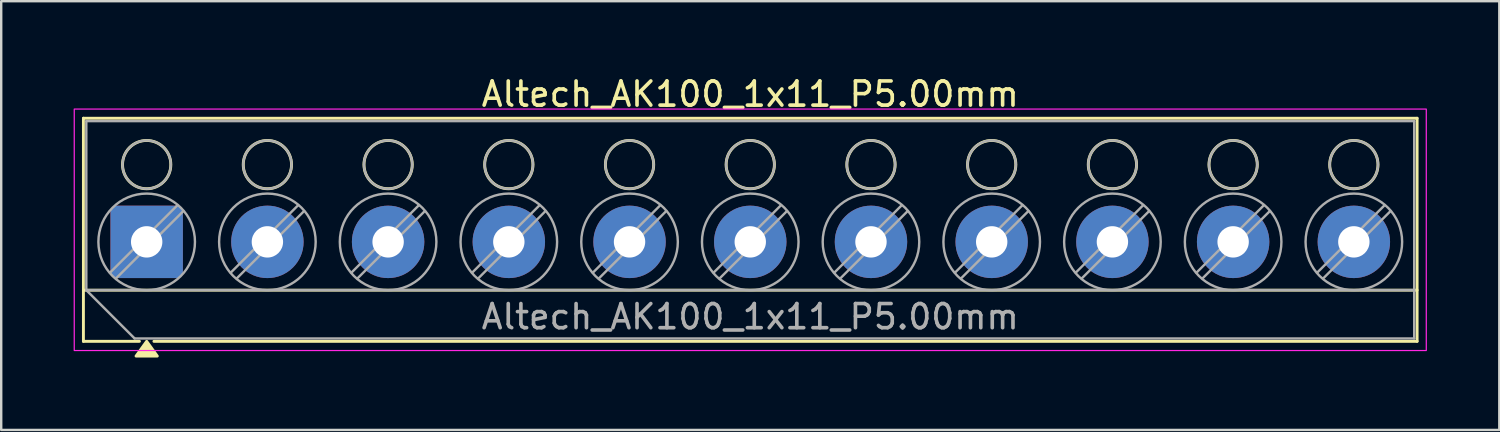
<source format=kicad_pcb>
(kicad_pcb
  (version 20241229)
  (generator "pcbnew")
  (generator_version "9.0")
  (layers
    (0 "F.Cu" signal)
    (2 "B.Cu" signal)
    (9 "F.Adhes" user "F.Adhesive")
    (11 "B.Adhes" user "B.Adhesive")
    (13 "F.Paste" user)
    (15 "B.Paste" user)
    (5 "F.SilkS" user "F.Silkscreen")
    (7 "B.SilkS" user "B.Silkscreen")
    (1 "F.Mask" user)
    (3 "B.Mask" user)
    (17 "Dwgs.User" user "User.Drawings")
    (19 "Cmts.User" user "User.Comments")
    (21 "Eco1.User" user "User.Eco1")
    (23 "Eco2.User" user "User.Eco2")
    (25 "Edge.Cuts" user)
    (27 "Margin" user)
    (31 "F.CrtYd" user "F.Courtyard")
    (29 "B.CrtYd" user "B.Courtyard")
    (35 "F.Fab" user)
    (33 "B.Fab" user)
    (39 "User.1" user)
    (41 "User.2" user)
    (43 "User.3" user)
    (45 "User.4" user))
  (footprint "Altech_AK100_1x11_P5.00mm"
    (layer "F.Cu")
    (at 3.025 6.968)
    (property "Reference" "Altech_AK100_1x11_P5.00mm" (at 25 -6.12 0) (layer "F.SilkS") (effects (font (size 1 1) (thickness 0.15))))
    (attr through_hole)
    (fp_line (start -2.62 -5.12) (end 52.62 -5.12) (stroke (width 0.12) (type solid)) (layer "F.SilkS"))
    (fp_line (start -2.62 2) (end 52.62 2) (stroke (width 0.12) (type solid)) (layer "F.SilkS"))
    (fp_line (start -2.62 4.12) (end -2.62 -5.12) (stroke (width 0.12) (type solid)) (layer "F.SilkS"))
    (fp_line (start -0.3 4.12) (end -2.62 4.12) (stroke (width 0.12) (type solid)) (layer "F.SilkS"))
    (fp_line (start 52.62 -5.12) (end 52.62 4.12) (stroke (width 0.12) (type solid)) (layer "F.SilkS"))
    (fp_line (start 52.62 4.12) (end 0.3 4.12) (stroke (width 0.12) (type solid)) (layer "F.SilkS"))
    (fp_circle (center 0 -3.2) (end 1 -3.2) (stroke (width 0.12) (type solid)) (fill no) (layer "F.SilkS"))
    (fp_circle (center 5 -3.2) (end 6 -3.2) (stroke (width 0.12) (type solid)) (fill no) (layer "F.SilkS"))
    (fp_circle (center 10 -3.2) (end 11 -3.2) (stroke (width 0.12) (type solid)) (fill no) (layer "F.SilkS"))
    (fp_circle (center 15 -3.2) (end 16 -3.2) (stroke (width 0.12) (type solid)) (fill no) (layer "F.SilkS"))
    (fp_circle (center 20 -3.2) (end 21 -3.2) (stroke (width 0.12) (type solid)) (fill no) (layer "F.SilkS"))
    (fp_circle (center 25 -3.2) (end 26 -3.2) (stroke (width 0.12) (type solid)) (fill no) (layer "F.SilkS"))
    (fp_circle (center 30 -3.2) (end 31 -3.2) (stroke (width 0.12) (type solid)) (fill no) (layer "F.SilkS"))
    (fp_circle (center 35 -3.2) (end 36 -3.2) (stroke (width 0.12) (type solid)) (fill no) (layer "F.SilkS"))
    (fp_circle (center 40 -3.2) (end 41 -3.2) (stroke (width 0.12) (type solid)) (fill no) (layer "F.SilkS"))
    (fp_circle (center 45 -3.2) (end 46 -3.2) (stroke (width 0.12) (type solid)) (fill no) (layer "F.SilkS"))
    (fp_circle (center 50 -3.2) (end 51 -3.2) (stroke (width 0.12) (type solid)) (fill no) (layer "F.SilkS"))
    (fp_poly (pts (xy 0 4.12) (xy 0.44 4.73) (xy -0.44 4.73)) (stroke (width 0.12) (type solid)) (fill yes) (layer "F.SilkS"))
    (fp_rect (start -3 -5.5) (end 53 4.5) (stroke (width 0.05) (type solid)) (fill no) (layer "F.CrtYd"))
    (fp_line (start -2.5 -5) (end 52.5 -5) (stroke (width 0.1) (type solid)) (layer "F.Fab"))
    (fp_line (start -2.5 2) (end -2.5 -5) (stroke (width 0.1) (type solid)) (layer "F.Fab"))
    (fp_line (start -2.5 2) (end 52.5 2) (stroke (width 0.1) (type solid)) (layer "F.Fab"))
    (fp_line (start -0.5 4) (end -2.5 2) (stroke (width 0.1) (type solid)) (layer "F.Fab"))
    (fp_line (start 1.273 -1.517) (end -1.517 1.273) (stroke (width 0.1) (type solid)) (layer "F.Fab"))
    (fp_line (start 1.517 -1.273) (end -1.273 1.517) (stroke (width 0.1) (type solid)) (layer "F.Fab"))
    (fp_line (start 6.273 -1.517) (end 3.483 1.273) (stroke (width 0.1) (type solid)) (layer "F.Fab"))
    (fp_line (start 6.517 -1.273) (end 3.727 1.517) (stroke (width 0.1) (type solid)) (layer "F.Fab"))
    (fp_line (start 11.273 -1.517) (end 8.483 1.273) (stroke (width 0.1) (type solid)) (layer "F.Fab"))
    (fp_line (start 11.517 -1.273) (end 8.727 1.517) (stroke (width 0.1) (type solid)) (layer "F.Fab"))
    (fp_line (start 16.273 -1.517) (end 13.483 1.273) (stroke (width 0.1) (type solid)) (layer "F.Fab"))
    (fp_line (start 16.517 -1.273) (end 13.727 1.517) (stroke (width 0.1) (type solid)) (layer "F.Fab"))
    (fp_line (start 21.273 -1.517) (end 18.483 1.273) (stroke (width 0.1) (type solid)) (layer "F.Fab"))
    (fp_line (start 21.517 -1.273) (end 18.727 1.517) (stroke (width 0.1) (type solid)) (layer "F.Fab"))
    (fp_line (start 26.273 -1.517) (end 23.483 1.273) (stroke (width 0.1) (type solid)) (layer "F.Fab"))
    (fp_line (start 26.517 -1.273) (end 23.727 1.517) (stroke (width 0.1) (type solid)) (layer "F.Fab"))
    (fp_line (start 31.273 -1.517) (end 28.483 1.273) (stroke (width 0.1) (type solid)) (layer "F.Fab"))
    (fp_line (start 31.517 -1.273) (end 28.727 1.517) (stroke (width 0.1) (type solid)) (layer "F.Fab"))
    (fp_line (start 36.273 -1.517) (end 33.483 1.273) (stroke (width 0.1) (type solid)) (layer "F.Fab"))
    (fp_line (start 36.517 -1.273) (end 33.727 1.517) (stroke (width 0.1) (type solid)) (layer "F.Fab"))
    (fp_line (start 41.273 -1.517) (end 38.483 1.273) (stroke (width 0.1) (type solid)) (layer "F.Fab"))
    (fp_line (start 41.517 -1.273) (end 38.727 1.517) (stroke (width 0.1) (type solid)) (layer "F.Fab"))
    (fp_line (start 46.273 -1.517) (end 43.483 1.273) (stroke (width 0.1) (type solid)) (layer "F.Fab"))
    (fp_line (start 46.517 -1.273) (end 43.727 1.517) (stroke (width 0.1) (type solid)) (layer "F.Fab"))
    (fp_line (start 51.273 -1.517) (end 48.483 1.273) (stroke (width 0.1) (type solid)) (layer "F.Fab"))
    (fp_line (start 51.517 -1.273) (end 48.727 1.517) (stroke (width 0.1) (type solid)) (layer "F.Fab"))
    (fp_line (start 52.5 -5) (end 52.5 4) (stroke (width 0.1) (type solid)) (layer "F.Fab"))
    (fp_line (start 52.5 4) (end -0.5 4) (stroke (width 0.1) (type solid)) (layer "F.Fab"))
    (fp_circle (center 0 -3.2) (end 1 -3.2) (stroke (width 0.1) (type solid)) (fill no) (layer "F.Fab"))
    (fp_circle (center 0 0) (end 2 0) (stroke (width 0.1) (type solid)) (fill no) (layer "F.Fab"))
    (fp_circle (center 5 -3.2) (end 6 -3.2) (stroke (width 0.1) (type solid)) (fill no) (layer "F.Fab"))
    (fp_circle (center 5 0) (end 7 0) (stroke (width 0.1) (type solid)) (fill no) (layer "F.Fab"))
    (fp_circle (center 10 -3.2) (end 11 -3.2) (stroke (width 0.1) (type solid)) (fill no) (layer "F.Fab"))
    (fp_circle (center 10 0) (end 12 0) (stroke (width 0.1) (type solid)) (fill no) (layer "F.Fab"))
    (fp_circle (center 15 -3.2) (end 16 -3.2) (stroke (width 0.1) (type solid)) (fill no) (layer "F.Fab"))
    (fp_circle (center 15 0) (end 17 0) (stroke (width 0.1) (type solid)) (fill no) (layer "F.Fab"))
    (fp_circle (center 20 -3.2) (end 21 -3.2) (stroke (width 0.1) (type solid)) (fill no) (layer "F.Fab"))
    (fp_circle (center 20 0) (end 22 0) (stroke (width 0.1) (type solid)) (fill no) (layer "F.Fab"))
    (fp_circle (center 25 -3.2) (end 26 -3.2) (stroke (width 0.1) (type solid)) (fill no) (layer "F.Fab"))
    (fp_circle (center 25 0) (end 27 0) (stroke (width 0.1) (type solid)) (fill no) (layer "F.Fab"))
    (fp_circle (center 30 -3.2) (end 31 -3.2) (stroke (width 0.1) (type solid)) (fill no) (layer "F.Fab"))
    (fp_circle (center 30 0) (end 32 0) (stroke (width 0.1) (type solid)) (fill no) (layer "F.Fab"))
    (fp_circle (center 35 -3.2) (end 36 -3.2) (stroke (width 0.1) (type solid)) (fill no) (layer "F.Fab"))
    (fp_circle (center 35 0) (end 37 0) (stroke (width 0.1) (type solid)) (fill no) (layer "F.Fab"))
    (fp_circle (center 40 -3.2) (end 41 -3.2) (stroke (width 0.1) (type solid)) (fill no) (layer "F.Fab"))
    (fp_circle (center 40 0) (end 42 0) (stroke (width 0.1) (type solid)) (fill no) (layer "F.Fab"))
    (fp_circle (center 45 -3.2) (end 46 -3.2) (stroke (width 0.1) (type solid)) (fill no) (layer "F.Fab"))
    (fp_circle (center 45 0) (end 47 0) (stroke (width 0.1) (type solid)) (fill no) (layer "F.Fab"))
    (fp_circle (center 50 -3.2) (end 51 -3.2) (stroke (width 0.1) (type solid)) (fill no) (layer "F.Fab"))
    (fp_circle (center 50 0) (end 52 0) (stroke (width 0.1) (type solid)) (fill no) (layer "F.Fab"))
    (fp_text user "${REFERENCE}" (at 25 3.1 0) (layer "F.Fab") (effects (font (size 1 1) (thickness 0.15))))
    (pad "1" thru_hole roundrect (at 0 0) (size 3 3) (drill 1.3) (layers "*.Cu" "*.Mask") (roundrect_rratio 0.083))
    (pad "2" thru_hole circle (at 5 0) (size 3 3) (drill 1.3) (layers "*.Cu" "*.Mask"))
    (pad "3" thru_hole circle (at 10 0) (size 3 3) (drill 1.3) (layers "*.Cu" "*.Mask"))
    (pad "4" thru_hole circle (at 15 0) (size 3 3) (drill 1.3) (layers "*.Cu" "*.Mask"))
    (pad "5" thru_hole circle (at 20 0) (size 3 3) (drill 1.3) (layers "*.Cu" "*.Mask"))
    (pad "6" thru_hole circle (at 25 0) (size 3 3) (drill 1.3) (layers "*.Cu" "*.Mask"))
    (pad "7" thru_hole circle (at 30 0) (size 3 3) (drill 1.3) (layers "*.Cu" "*.Mask"))
    (pad "8" thru_hole circle (at 35 0) (size 3 3) (drill 1.3) (layers "*.Cu" "*.Mask"))
    (pad "9" thru_hole circle (at 40 0) (size 3 3) (drill 1.3) (layers "*.Cu" "*.Mask"))
    (pad "10" thru_hole circle (at 45 0) (size 3 3) (drill 1.3) (layers "*.Cu" "*.Mask"))
    (pad "11" thru_hole circle (at 50 0) (size 3 3) (drill 1.3) (layers "*.Cu" "*.Mask")))
  (gr_rect
    (start -3 -3)
    (end 59.05 14.758)
    (stroke (width 0.1) (type default))
    (fill no)
    (layer "Edge.Cuts")))
</source>
